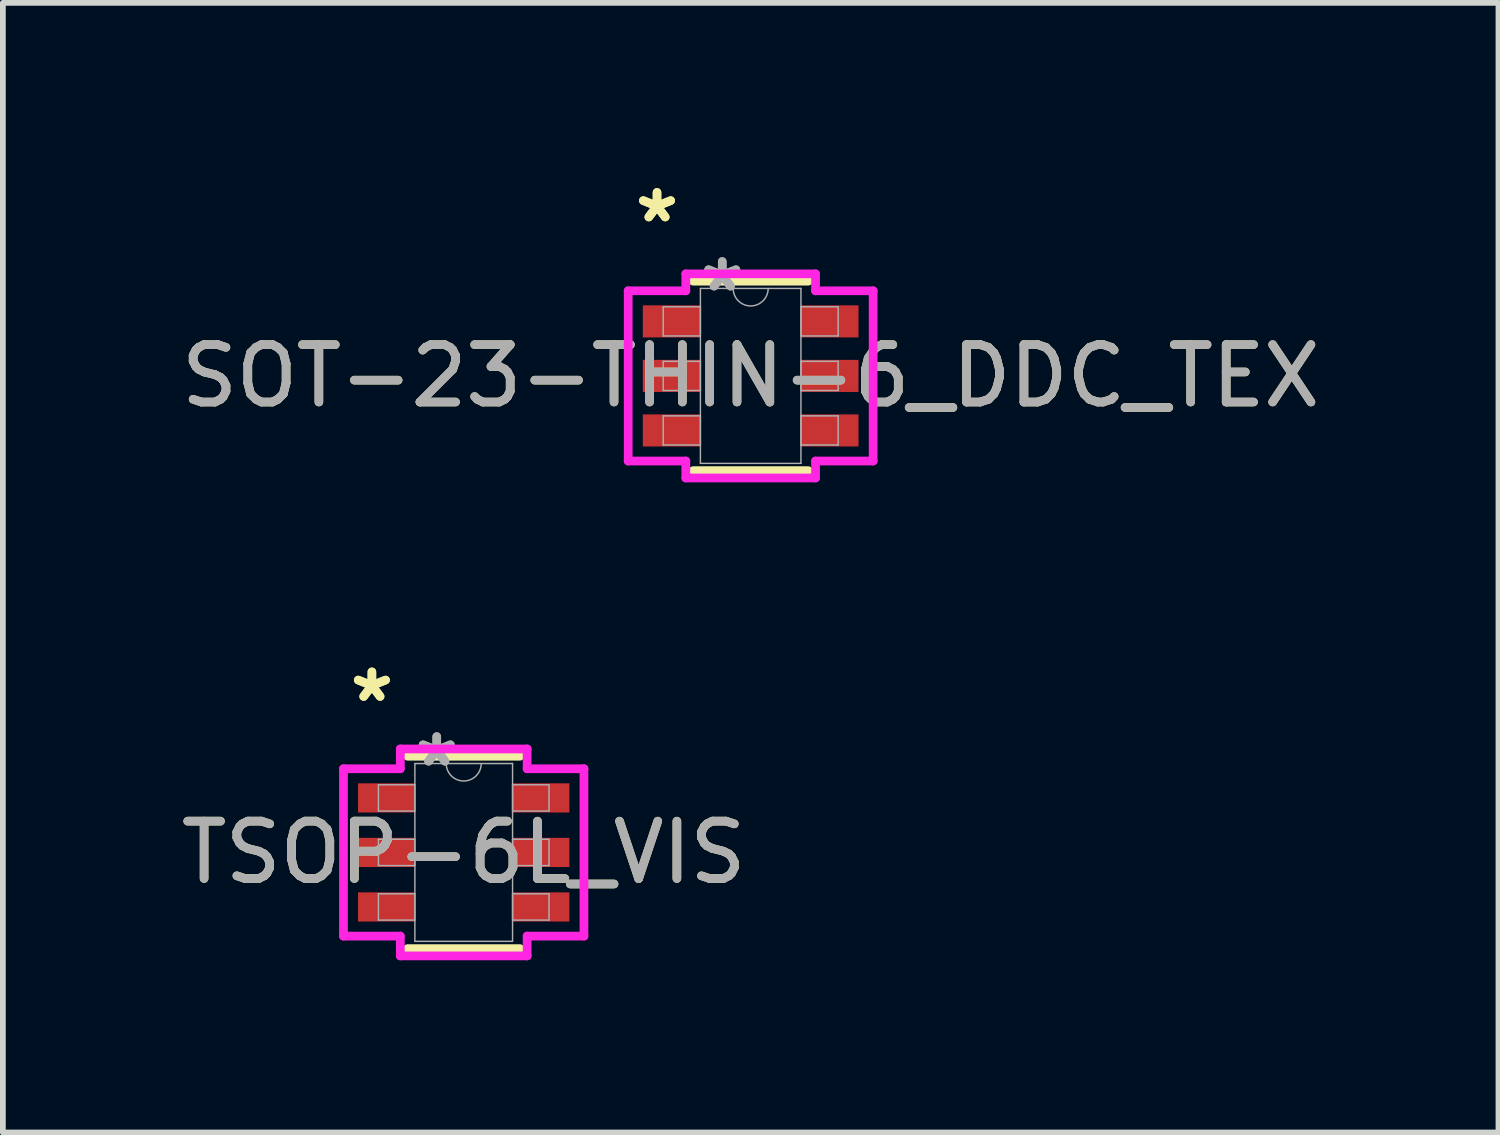
<source format=kicad_pcb>
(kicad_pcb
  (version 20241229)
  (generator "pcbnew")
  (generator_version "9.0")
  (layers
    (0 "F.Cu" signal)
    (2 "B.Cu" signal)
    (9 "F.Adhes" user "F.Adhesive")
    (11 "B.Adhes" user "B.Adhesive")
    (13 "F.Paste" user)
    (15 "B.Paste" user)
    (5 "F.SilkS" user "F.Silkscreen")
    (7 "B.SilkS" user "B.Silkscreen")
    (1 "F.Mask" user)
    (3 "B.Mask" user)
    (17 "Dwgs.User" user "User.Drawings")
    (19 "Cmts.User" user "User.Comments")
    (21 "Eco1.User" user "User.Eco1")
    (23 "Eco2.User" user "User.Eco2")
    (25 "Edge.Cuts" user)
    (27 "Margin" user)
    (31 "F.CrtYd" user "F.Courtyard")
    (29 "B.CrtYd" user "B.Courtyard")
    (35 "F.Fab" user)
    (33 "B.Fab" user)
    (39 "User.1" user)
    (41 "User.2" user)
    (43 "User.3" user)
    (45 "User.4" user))
  (footprint "TSOP-6L_VIS"
    (layer "F.Cu")
    (at 5.03 11.803)
    (property "Reference" "TSOP-6L_VIS" (at 0 0 0) (unlocked yes) (layer "F.SilkS") (effects (font (size 1 1) (thickness 0.15))))
    (attr smd)
    (fp_line (start -0.978 1.676) (end 0.978 1.676) (stroke (width 0.152) (type solid)) (layer "F.SilkS"))
    (fp_line (start 0.978 -1.676) (end -0.978 -1.676) (stroke (width 0.152) (type solid)) (layer "F.SilkS"))
    (fp_line (start -2.095 -1.458) (end -1.105 -1.458) (stroke (width 0.152) (type solid)) (layer "F.CrtYd"))
    (fp_line (start -2.095 1.458) (end -2.095 -1.458) (stroke (width 0.152) (type solid)) (layer "F.CrtYd"))
    (fp_line (start -2.095 1.458) (end -1.105 1.458) (stroke (width 0.152) (type solid)) (layer "F.CrtYd"))
    (fp_line (start -1.105 -1.803) (end 1.105 -1.803) (stroke (width 0.152) (type solid)) (layer "F.CrtYd"))
    (fp_line (start -1.105 -1.458) (end -1.105 -1.803) (stroke (width 0.152) (type solid)) (layer "F.CrtYd"))
    (fp_line (start -1.105 1.803) (end -1.105 1.458) (stroke (width 0.152) (type solid)) (layer "F.CrtYd"))
    (fp_line (start 1.105 -1.803) (end 1.105 -1.458) (stroke (width 0.152) (type solid)) (layer "F.CrtYd"))
    (fp_line (start 1.105 1.458) (end 1.105 1.803) (stroke (width 0.152) (type solid)) (layer "F.CrtYd"))
    (fp_line (start 1.105 1.803) (end -1.105 1.803) (stroke (width 0.152) (type solid)) (layer "F.CrtYd"))
    (fp_line (start 2.095 -1.458) (end 1.105 -1.458) (stroke (width 0.152) (type solid)) (layer "F.CrtYd"))
    (fp_line (start 2.095 -1.458) (end 2.095 1.458) (stroke (width 0.152) (type solid)) (layer "F.CrtYd"))
    (fp_line (start 2.095 1.458) (end 1.105 1.458) (stroke (width 0.152) (type solid)) (layer "F.CrtYd"))
    (fp_line (start -1.486 -1.179) (end -1.486 -0.721) (stroke (width 0.025) (type solid)) (layer "F.Fab"))
    (fp_line (start -1.486 -0.721) (end -0.851 -0.721) (stroke (width 0.025) (type solid)) (layer "F.Fab"))
    (fp_line (start -1.486 -0.229) (end -1.486 0.229) (stroke (width 0.025) (type solid)) (layer "F.Fab"))
    (fp_line (start -1.486 0.229) (end -0.851 0.229) (stroke (width 0.025) (type solid)) (layer "F.Fab"))
    (fp_line (start -1.486 0.721) (end -1.486 1.179) (stroke (width 0.025) (type solid)) (layer "F.Fab"))
    (fp_line (start -1.486 1.179) (end -0.851 1.179) (stroke (width 0.025) (type solid)) (layer "F.Fab"))
    (fp_line (start -0.851 -1.549) (end -0.851 1.549) (stroke (width 0.025) (type solid)) (layer "F.Fab"))
    (fp_line (start -0.851 -1.179) (end -1.486 -1.179) (stroke (width 0.025) (type solid)) (layer "F.Fab"))
    (fp_line (start -0.851 -0.721) (end -0.851 -1.179) (stroke (width 0.025) (type solid)) (layer "F.Fab"))
    (fp_line (start -0.851 -0.229) (end -1.486 -0.229) (stroke (width 0.025) (type solid)) (layer "F.Fab"))
    (fp_line (start -0.851 0.229) (end -0.851 -0.229) (stroke (width 0.025) (type solid)) (layer "F.Fab"))
    (fp_line (start -0.851 0.721) (end -1.486 0.721) (stroke (width 0.025) (type solid)) (layer "F.Fab"))
    (fp_line (start -0.851 1.179) (end -0.851 0.721) (stroke (width 0.025) (type solid)) (layer "F.Fab"))
    (fp_line (start -0.851 1.549) (end 0.851 1.549) (stroke (width 0.025) (type solid)) (layer "F.Fab"))
    (fp_line (start 0.851 -1.549) (end -0.851 -1.549) (stroke (width 0.025) (type solid)) (layer "F.Fab"))
    (fp_line (start 0.851 -1.179) (end 0.851 -0.721) (stroke (width 0.025) (type solid)) (layer "F.Fab"))
    (fp_line (start 0.851 -0.721) (end 1.486 -0.721) (stroke (width 0.025) (type solid)) (layer "F.Fab"))
    (fp_line (start 0.851 -0.229) (end 0.851 0.229) (stroke (width 0.025) (type solid)) (layer "F.Fab"))
    (fp_line (start 0.851 0.229) (end 1.486 0.229) (stroke (width 0.025) (type solid)) (layer "F.Fab"))
    (fp_line (start 0.851 0.721) (end 0.851 1.179) (stroke (width 0.025) (type solid)) (layer "F.Fab"))
    (fp_line (start 0.851 1.179) (end 1.486 1.179) (stroke (width 0.025) (type solid)) (layer "F.Fab"))
    (fp_line (start 0.851 1.549) (end 0.851 -1.549) (stroke (width 0.025) (type solid)) (layer "F.Fab"))
    (fp_line (start 1.486 -1.179) (end 0.851 -1.179) (stroke (width 0.025) (type solid)) (layer "F.Fab"))
    (fp_line (start 1.486 -0.721) (end 1.486 -1.179) (stroke (width 0.025) (type solid)) (layer "F.Fab"))
    (fp_line (start 1.486 -0.229) (end 0.851 -0.229) (stroke (width 0.025) (type solid)) (layer "F.Fab"))
    (fp_line (start 1.486 0.229) (end 1.486 -0.229) (stroke (width 0.025) (type solid)) (layer "F.Fab"))
    (fp_line (start 1.486 0.721) (end 0.851 0.721) (stroke (width 0.025) (type solid)) (layer "F.Fab"))
    (fp_line (start 1.486 1.179) (end 1.486 0.721) (stroke (width 0.025) (type solid)) (layer "F.Fab"))
    (fp_arc (start 0.3048 -1.5494) (mid 0 -1.2446) (end -0.3048 -1.5494) (stroke (width 0.0254) (type solid)) (layer "F.Fab"))
    (fp_text user "*" (at -1.6 -2.601 0) (layer "F.SilkS") (effects (font (size 1 1) (thickness 0.15))))
    (fp_text user "*" (at -1.6 -2.601 0) (unlocked yes) (layer "F.SilkS") (effects (font (size 1 1) (thickness 0.15))))
    (fp_text user "*" (at -0.47 -1.473 0) (layer "F.Fab") (effects (font (size 1 1) (thickness 0.15))))
    (fp_text user "*" (at -0.47 -1.473 0) (unlocked yes) (layer "F.Fab") (effects (font (size 1 1) (thickness 0.15))))
    (fp_text user "${REFERENCE}" (at 0 0 0) (unlocked yes) (layer "F.Fab") (effects (font (size 1 1) (thickness 0.15))))
    (pad "1" smd rect (at -1.346 -0.95) (size 0.991 0.508) (layers "F.Cu" "F.Mask" "F.Paste"))
    (pad "2" smd rect (at -1.346 0) (size 0.991 0.508) (layers "F.Cu" "F.Mask" "F.Paste"))
    (pad "3" smd rect (at -1.346 0.95) (size 0.991 0.508) (layers "F.Cu" "F.Mask" "F.Paste"))
    (pad "4" smd rect (at 1.346 0.95) (size 0.991 0.508) (layers "F.Cu" "F.Mask" "F.Paste"))
    (pad "5" smd rect (at 1.346 0) (size 0.991 0.508) (layers "F.Cu" "F.Mask" "F.Paste"))
    (pad "6" smd rect (at 1.346 -0.95) (size 0.991 0.508) (layers "F.Cu" "F.Mask" "F.Paste")))
  (footprint "SOT-23-THIN-6_DDC_TEX"
    (layer "F.Cu")
    (at 10.03 3.5)
    (property "Reference" "SOT-23-THIN-6_DDC_TEX" (at 0 0 0) (unlocked yes) (layer "F.SilkS") (effects (font (size 1 1) (thickness 0.15))))
    (attr smd)
    (fp_line (start -1.003 1.651) (end 1.003 1.651) (stroke (width 0.152) (type solid)) (layer "F.SilkS"))
    (fp_line (start 1.003 -1.651) (end -1.003 -1.651) (stroke (width 0.152) (type solid)) (layer "F.SilkS"))
    (fp_line (start -2.134 -1.483) (end -1.13 -1.483) (stroke (width 0.152) (type solid)) (layer "F.CrtYd"))
    (fp_line (start -2.134 1.483) (end -2.134 -1.483) (stroke (width 0.152) (type solid)) (layer "F.CrtYd"))
    (fp_line (start -2.134 1.483) (end -1.13 1.483) (stroke (width 0.152) (type solid)) (layer "F.CrtYd"))
    (fp_line (start -1.13 -1.778) (end 1.13 -1.778) (stroke (width 0.152) (type solid)) (layer "F.CrtYd"))
    (fp_line (start -1.13 -1.483) (end -1.13 -1.778) (stroke (width 0.152) (type solid)) (layer "F.CrtYd"))
    (fp_line (start -1.13 1.778) (end -1.13 1.483) (stroke (width 0.152) (type solid)) (layer "F.CrtYd"))
    (fp_line (start 1.13 -1.778) (end 1.13 -1.483) (stroke (width 0.152) (type solid)) (layer "F.CrtYd"))
    (fp_line (start 1.13 1.483) (end 1.13 1.778) (stroke (width 0.152) (type solid)) (layer "F.CrtYd"))
    (fp_line (start 1.13 1.778) (end -1.13 1.778) (stroke (width 0.152) (type solid)) (layer "F.CrtYd"))
    (fp_line (start 2.134 -1.483) (end 1.13 -1.483) (stroke (width 0.152) (type solid)) (layer "F.CrtYd"))
    (fp_line (start 2.134 -1.483) (end 2.134 1.483) (stroke (width 0.152) (type solid)) (layer "F.CrtYd"))
    (fp_line (start 2.134 1.483) (end 1.13 1.483) (stroke (width 0.152) (type solid)) (layer "F.CrtYd"))
    (fp_line (start -1.524 -1.204) (end -1.524 -0.696) (stroke (width 0.025) (type solid)) (layer "F.Fab"))
    (fp_line (start -1.524 -0.696) (end -0.876 -0.696) (stroke (width 0.025) (type solid)) (layer "F.Fab"))
    (fp_line (start -1.524 -0.254) (end -1.524 0.254) (stroke (width 0.025) (type solid)) (layer "F.Fab"))
    (fp_line (start -1.524 0.254) (end -0.876 0.254) (stroke (width 0.025) (type solid)) (layer "F.Fab"))
    (fp_line (start -1.524 0.696) (end -1.524 1.204) (stroke (width 0.025) (type solid)) (layer "F.Fab"))
    (fp_line (start -1.524 1.204) (end -0.876 1.204) (stroke (width 0.025) (type solid)) (layer "F.Fab"))
    (fp_line (start -0.876 -1.524) (end -0.876 1.524) (stroke (width 0.025) (type solid)) (layer "F.Fab"))
    (fp_line (start -0.876 -1.204) (end -1.524 -1.204) (stroke (width 0.025) (type solid)) (layer "F.Fab"))
    (fp_line (start -0.876 -0.696) (end -0.876 -1.204) (stroke (width 0.025) (type solid)) (layer "F.Fab"))
    (fp_line (start -0.876 -0.254) (end -1.524 -0.254) (stroke (width 0.025) (type solid)) (layer "F.Fab"))
    (fp_line (start -0.876 0.254) (end -0.876 -0.254) (stroke (width 0.025) (type solid)) (layer "F.Fab"))
    (fp_line (start -0.876 0.696) (end -1.524 0.696) (stroke (width 0.025) (type solid)) (layer "F.Fab"))
    (fp_line (start -0.876 1.204) (end -0.876 0.696) (stroke (width 0.025) (type solid)) (layer "F.Fab"))
    (fp_line (start -0.876 1.524) (end 0.876 1.524) (stroke (width 0.025) (type solid)) (layer "F.Fab"))
    (fp_line (start 0.876 -1.524) (end -0.876 -1.524) (stroke (width 0.025) (type solid)) (layer "F.Fab"))
    (fp_line (start 0.876 -1.204) (end 0.876 -0.696) (stroke (width 0.025) (type solid)) (layer "F.Fab"))
    (fp_line (start 0.876 -0.696) (end 1.524 -0.696) (stroke (width 0.025) (type solid)) (layer "F.Fab"))
    (fp_line (start 0.876 -0.254) (end 0.876 0.254) (stroke (width 0.025) (type solid)) (layer "F.Fab"))
    (fp_line (start 0.876 0.254) (end 1.524 0.254) (stroke (width 0.025) (type solid)) (layer "F.Fab"))
    (fp_line (start 0.876 0.696) (end 0.876 1.204) (stroke (width 0.025) (type solid)) (layer "F.Fab"))
    (fp_line (start 0.876 1.204) (end 1.524 1.204) (stroke (width 0.025) (type solid)) (layer "F.Fab"))
    (fp_line (start 0.876 1.524) (end 0.876 -1.524) (stroke (width 0.025) (type solid)) (layer "F.Fab"))
    (fp_line (start 1.524 -1.204) (end 0.876 -1.204) (stroke (width 0.025) (type solid)) (layer "F.Fab"))
    (fp_line (start 1.524 -0.696) (end 1.524 -1.204) (stroke (width 0.025) (type solid)) (layer "F.Fab"))
    (fp_line (start 1.524 -0.254) (end 0.876 -0.254) (stroke (width 0.025) (type solid)) (layer "F.Fab"))
    (fp_line (start 1.524 0.254) (end 1.524 -0.254) (stroke (width 0.025) (type solid)) (layer "F.Fab"))
    (fp_line (start 1.524 0.696) (end 0.876 0.696) (stroke (width 0.025) (type solid)) (layer "F.Fab"))
    (fp_line (start 1.524 1.204) (end 1.524 0.696) (stroke (width 0.025) (type solid)) (layer "F.Fab"))
    (fp_arc (start 0.3048 -1.524) (mid 0 -1.2192) (end -0.3048 -1.524) (stroke (width 0.0254) (type solid)) (layer "F.Fab"))
    (fp_text user "*" (at -1.632 -2.652 0) (unlocked yes) (layer "F.SilkS") (effects (font (size 1 1) (thickness 0.15))))
    (fp_text user "*" (at -1.632 -2.652 0) (layer "F.SilkS") (effects (font (size 1 1) (thickness 0.15))))
    (fp_text user "*" (at -0.495 -1.448 0) (unlocked yes) (layer "F.Fab") (effects (font (size 1 1) (thickness 0.15))))
    (fp_text user "*" (at -0.495 -1.448 0) (layer "F.Fab") (effects (font (size 1 1) (thickness 0.15))))
    (fp_text user "${REFERENCE}" (at 0 0 0) (unlocked yes) (layer "F.Fab") (effects (font (size 1 1) (thickness 0.15))))
    (pad "1" smd rect (at -1.378 -0.95) (size 1.003 0.559) (layers "F.Cu" "F.Mask" "F.Paste"))
    (pad "2" smd rect (at -1.378 0) (size 1.003 0.559) (layers "F.Cu" "F.Mask" "F.Paste"))
    (pad "3" smd rect (at -1.378 0.95) (size 1.003 0.559) (layers "F.Cu" "F.Mask" "F.Paste"))
    (pad "4" smd rect (at 1.378 0.95) (size 1.003 0.559) (layers "F.Cu" "F.Mask" "F.Paste"))
    (pad "5" smd rect (at 1.378 0) (size 1.003 0.559) (layers "F.Cu" "F.Mask" "F.Paste"))
    (pad "6" smd rect (at 1.378 -0.95) (size 1.003 0.559) (layers "F.Cu" "F.Mask" "F.Paste")))
  (gr_rect
    (start -3 -3)
    (end 23.06 16.683)
    (stroke (width 0.1) (type default))
    (fill no)
    (layer "Edge.Cuts")))
</source>
